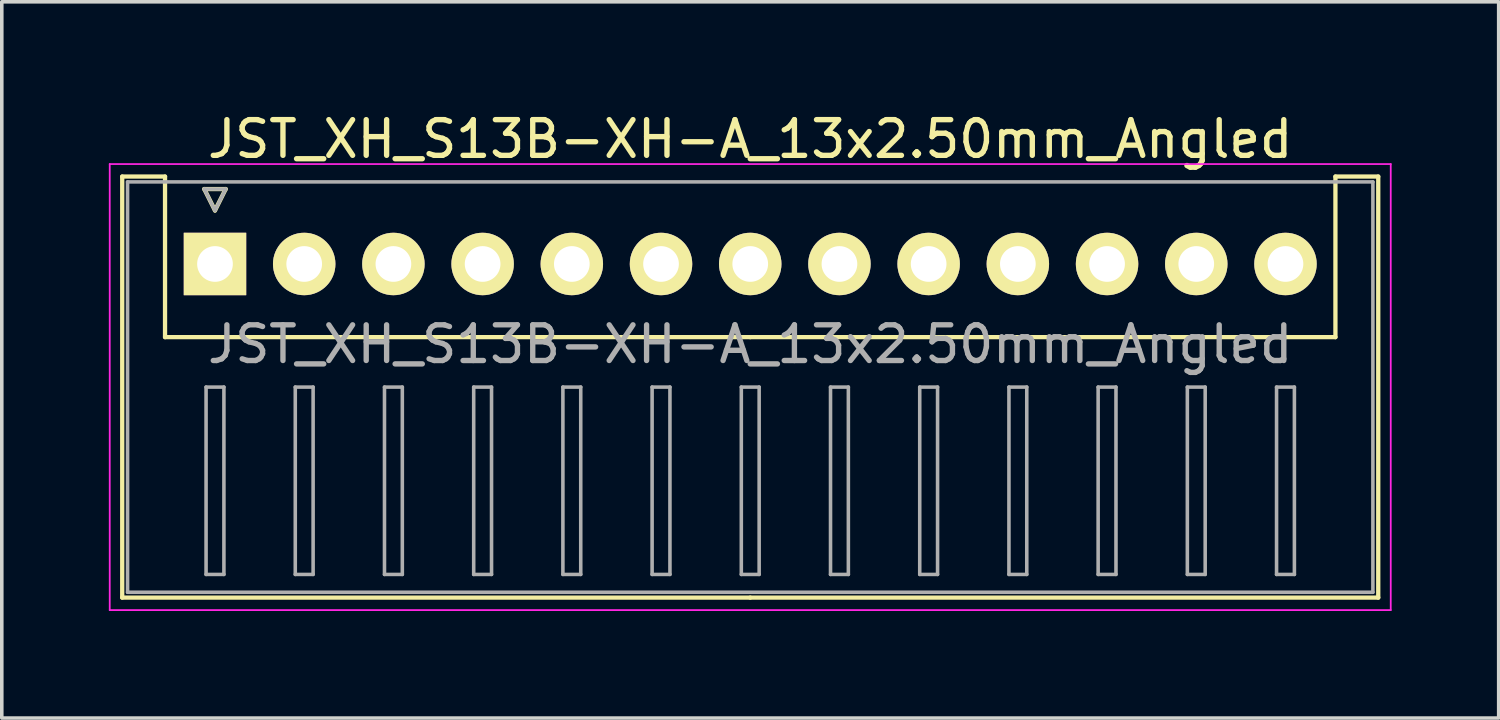
<source format=kicad_pcb>
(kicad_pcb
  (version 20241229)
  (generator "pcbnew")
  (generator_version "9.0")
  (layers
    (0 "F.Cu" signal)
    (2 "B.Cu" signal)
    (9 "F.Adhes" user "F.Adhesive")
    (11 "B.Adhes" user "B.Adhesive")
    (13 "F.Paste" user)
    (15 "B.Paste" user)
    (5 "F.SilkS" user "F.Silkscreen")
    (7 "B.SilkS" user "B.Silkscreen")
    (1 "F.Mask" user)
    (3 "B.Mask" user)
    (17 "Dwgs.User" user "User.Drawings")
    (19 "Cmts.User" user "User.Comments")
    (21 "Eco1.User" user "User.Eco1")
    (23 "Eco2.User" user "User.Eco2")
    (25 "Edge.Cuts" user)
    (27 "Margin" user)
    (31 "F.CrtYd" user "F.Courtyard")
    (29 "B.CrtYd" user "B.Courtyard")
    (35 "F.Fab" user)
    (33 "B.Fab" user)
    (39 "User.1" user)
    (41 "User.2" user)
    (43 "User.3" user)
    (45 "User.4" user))
  (footprint "JST_XH_S13B-XH-A_13x2.50mm_Angled"
    (layer "F.Cu")
    (at 2.975 4.348)
    (property "Reference" "JST_XH_S13B-XH-A_13x2.50mm_Angled" (at 15 -3.5 0) (layer "F.SilkS") (effects (font (size 1 1) (thickness 0.15))))
    (attr through_hole)
    (fp_line (start -2.6 -2.45) (end -1.4 -2.45) (stroke (width 0.12) (type solid)) (layer "F.SilkS"))
    (fp_line (start -2.6 9.35) (end -2.6 -2.45) (stroke (width 0.12) (type solid)) (layer "F.SilkS"))
    (fp_line (start -1.4 -2.45) (end -1.4 2.05) (stroke (width 0.12) (type solid)) (layer "F.SilkS"))
    (fp_line (start -1.4 2.05) (end 15 2.05) (stroke (width 0.12) (type solid)) (layer "F.SilkS"))
    (fp_line (start -0.3 -2.1) (end 0.3 -2.1) (stroke (width 0.12) (type solid)) (layer "F.SilkS"))
    (fp_line (start 0 -1.5) (end -0.3 -2.1) (stroke (width 0.12) (type solid)) (layer "F.SilkS"))
    (fp_line (start 0.3 -2.1) (end 0 -1.5) (stroke (width 0.12) (type solid)) (layer "F.SilkS"))
    (fp_line (start 15 9.35) (end -2.6 9.35) (stroke (width 0.12) (type solid)) (layer "F.SilkS"))
    (fp_line (start 15 9.35) (end 32.6 9.35) (stroke (width 0.12) (type solid)) (layer "F.SilkS"))
    (fp_line (start 31.4 -2.45) (end 31.4 2.05) (stroke (width 0.12) (type solid)) (layer "F.SilkS"))
    (fp_line (start 31.4 2.05) (end 15 2.05) (stroke (width 0.12) (type solid)) (layer "F.SilkS"))
    (fp_line (start 32.6 -2.45) (end 31.4 -2.45) (stroke (width 0.12) (type solid)) (layer "F.SilkS"))
    (fp_line (start 32.6 9.35) (end 32.6 -2.45) (stroke (width 0.12) (type solid)) (layer "F.SilkS"))
    (fp_line (start -2.95 -2.8) (end -2.95 9.7) (stroke (width 0.05) (type solid)) (layer "F.CrtYd"))
    (fp_line (start -2.95 9.7) (end 32.95 9.7) (stroke (width 0.05) (type solid)) (layer "F.CrtYd"))
    (fp_line (start 32.95 -2.8) (end -2.95 -2.8) (stroke (width 0.05) (type solid)) (layer "F.CrtYd"))
    (fp_line (start 32.95 9.7) (end 32.95 -2.8) (stroke (width 0.05) (type solid)) (layer "F.CrtYd"))
    (fp_line (start -2.45 -2.3) (end -2.45 9.2) (stroke (width 0.1) (type solid)) (layer "F.Fab"))
    (fp_line (start -2.45 9.2) (end 32.45 9.2) (stroke (width 0.1) (type solid)) (layer "F.Fab"))
    (fp_line (start -0.3 -2.1) (end 0.3 -2.1) (stroke (width 0.1) (type solid)) (layer "F.Fab"))
    (fp_line (start -0.25 3.45) (end -0.25 8.7) (stroke (width 0.1) (type solid)) (layer "F.Fab"))
    (fp_line (start -0.25 8.7) (end 0.25 8.7) (stroke (width 0.1) (type solid)) (layer "F.Fab"))
    (fp_line (start 0 -1.5) (end -0.3 -2.1) (stroke (width 0.1) (type solid)) (layer "F.Fab"))
    (fp_line (start 0.25 3.45) (end -0.25 3.45) (stroke (width 0.1) (type solid)) (layer "F.Fab"))
    (fp_line (start 0.25 8.7) (end 0.25 3.45) (stroke (width 0.1) (type solid)) (layer "F.Fab"))
    (fp_line (start 0.3 -2.1) (end 0 -1.5) (stroke (width 0.1) (type solid)) (layer "F.Fab"))
    (fp_line (start 2.25 3.45) (end 2.25 8.7) (stroke (width 0.1) (type solid)) (layer "F.Fab"))
    (fp_line (start 2.25 8.7) (end 2.75 8.7) (stroke (width 0.1) (type solid)) (layer "F.Fab"))
    (fp_line (start 2.75 3.45) (end 2.25 3.45) (stroke (width 0.1) (type solid)) (layer "F.Fab"))
    (fp_line (start 2.75 8.7) (end 2.75 3.45) (stroke (width 0.1) (type solid)) (layer "F.Fab"))
    (fp_line (start 4.75 3.45) (end 4.75 8.7) (stroke (width 0.1) (type solid)) (layer "F.Fab"))
    (fp_line (start 4.75 8.7) (end 5.25 8.7) (stroke (width 0.1) (type solid)) (layer "F.Fab"))
    (fp_line (start 5.25 3.45) (end 4.75 3.45) (stroke (width 0.1) (type solid)) (layer "F.Fab"))
    (fp_line (start 5.25 8.7) (end 5.25 3.45) (stroke (width 0.1) (type solid)) (layer "F.Fab"))
    (fp_line (start 7.25 3.45) (end 7.25 8.7) (stroke (width 0.1) (type solid)) (layer "F.Fab"))
    (fp_line (start 7.25 8.7) (end 7.75 8.7) (stroke (width 0.1) (type solid)) (layer "F.Fab"))
    (fp_line (start 7.75 3.45) (end 7.25 3.45) (stroke (width 0.1) (type solid)) (layer "F.Fab"))
    (fp_line (start 7.75 8.7) (end 7.75 3.45) (stroke (width 0.1) (type solid)) (layer "F.Fab"))
    (fp_line (start 9.75 3.45) (end 9.75 8.7) (stroke (width 0.1) (type solid)) (layer "F.Fab"))
    (fp_line (start 9.75 8.7) (end 10.25 8.7) (stroke (width 0.1) (type solid)) (layer "F.Fab"))
    (fp_line (start 10.25 3.45) (end 9.75 3.45) (stroke (width 0.1) (type solid)) (layer "F.Fab"))
    (fp_line (start 10.25 8.7) (end 10.25 3.45) (stroke (width 0.1) (type solid)) (layer "F.Fab"))
    (fp_line (start 12.25 3.45) (end 12.25 8.7) (stroke (width 0.1) (type solid)) (layer "F.Fab"))
    (fp_line (start 12.25 8.7) (end 12.75 8.7) (stroke (width 0.1) (type solid)) (layer "F.Fab"))
    (fp_line (start 12.75 3.45) (end 12.25 3.45) (stroke (width 0.1) (type solid)) (layer "F.Fab"))
    (fp_line (start 12.75 8.7) (end 12.75 3.45) (stroke (width 0.1) (type solid)) (layer "F.Fab"))
    (fp_line (start 14.75 3.45) (end 14.75 8.7) (stroke (width 0.1) (type solid)) (layer "F.Fab"))
    (fp_line (start 14.75 8.7) (end 15.25 8.7) (stroke (width 0.1) (type solid)) (layer "F.Fab"))
    (fp_line (start 15.25 3.45) (end 14.75 3.45) (stroke (width 0.1) (type solid)) (layer "F.Fab"))
    (fp_line (start 15.25 8.7) (end 15.25 3.45) (stroke (width 0.1) (type solid)) (layer "F.Fab"))
    (fp_line (start 17.25 3.45) (end 17.25 8.7) (stroke (width 0.1) (type solid)) (layer "F.Fab"))
    (fp_line (start 17.25 8.7) (end 17.75 8.7) (stroke (width 0.1) (type solid)) (layer "F.Fab"))
    (fp_line (start 17.75 3.45) (end 17.25 3.45) (stroke (width 0.1) (type solid)) (layer "F.Fab"))
    (fp_line (start 17.75 8.7) (end 17.75 3.45) (stroke (width 0.1) (type solid)) (layer "F.Fab"))
    (fp_line (start 19.75 3.45) (end 19.75 8.7) (stroke (width 0.1) (type solid)) (layer "F.Fab"))
    (fp_line (start 19.75 8.7) (end 20.25 8.7) (stroke (width 0.1) (type solid)) (layer "F.Fab"))
    (fp_line (start 20.25 3.45) (end 19.75 3.45) (stroke (width 0.1) (type solid)) (layer "F.Fab"))
    (fp_line (start 20.25 8.7) (end 20.25 3.45) (stroke (width 0.1) (type solid)) (layer "F.Fab"))
    (fp_line (start 22.25 3.45) (end 22.25 8.7) (stroke (width 0.1) (type solid)) (layer "F.Fab"))
    (fp_line (start 22.25 8.7) (end 22.75 8.7) (stroke (width 0.1) (type solid)) (layer "F.Fab"))
    (fp_line (start 22.75 3.45) (end 22.25 3.45) (stroke (width 0.1) (type solid)) (layer "F.Fab"))
    (fp_line (start 22.75 8.7) (end 22.75 3.45) (stroke (width 0.1) (type solid)) (layer "F.Fab"))
    (fp_line (start 24.75 3.45) (end 24.75 8.7) (stroke (width 0.1) (type solid)) (layer "F.Fab"))
    (fp_line (start 24.75 8.7) (end 25.25 8.7) (stroke (width 0.1) (type solid)) (layer "F.Fab"))
    (fp_line (start 25.25 3.45) (end 24.75 3.45) (stroke (width 0.1) (type solid)) (layer "F.Fab"))
    (fp_line (start 25.25 8.7) (end 25.25 3.45) (stroke (width 0.1) (type solid)) (layer "F.Fab"))
    (fp_line (start 27.25 3.45) (end 27.25 8.7) (stroke (width 0.1) (type solid)) (layer "F.Fab"))
    (fp_line (start 27.25 8.7) (end 27.75 8.7) (stroke (width 0.1) (type solid)) (layer "F.Fab"))
    (fp_line (start 27.75 3.45) (end 27.25 3.45) (stroke (width 0.1) (type solid)) (layer "F.Fab"))
    (fp_line (start 27.75 8.7) (end 27.75 3.45) (stroke (width 0.1) (type solid)) (layer "F.Fab"))
    (fp_line (start 29.75 3.45) (end 29.75 8.7) (stroke (width 0.1) (type solid)) (layer "F.Fab"))
    (fp_line (start 29.75 8.7) (end 30.25 8.7) (stroke (width 0.1) (type solid)) (layer "F.Fab"))
    (fp_line (start 30.25 3.45) (end 29.75 3.45) (stroke (width 0.1) (type solid)) (layer "F.Fab"))
    (fp_line (start 30.25 8.7) (end 30.25 3.45) (stroke (width 0.1) (type solid)) (layer "F.Fab"))
    (fp_line (start 32.45 -2.3) (end -2.45 -2.3) (stroke (width 0.1) (type solid)) (layer "F.Fab"))
    (fp_line (start 32.45 9.2) (end 32.45 -2.3) (stroke (width 0.1) (type solid)) (layer "F.Fab"))
    (fp_text user "${REFERENCE}" (at 15 2.25 0) (layer "F.Fab") (effects (font (size 1 1) (thickness 0.15))))
    (pad "1" thru_hole rect (at 0 0) (size 1.75 1.75) (drill 1) (layers "*.Cu" "*.Mask" "F.SilkS"))
    (pad "2" thru_hole circle (at 2.5 0) (size 1.75 1.75) (drill 1) (layers "*.Cu" "*.Mask" "F.SilkS"))
    (pad "3" thru_hole circle (at 5 0) (size 1.75 1.75) (drill 1) (layers "*.Cu" "*.Mask" "F.SilkS"))
    (pad "4" thru_hole circle (at 7.5 0) (size 1.75 1.75) (drill 1) (layers "*.Cu" "*.Mask" "F.SilkS"))
    (pad "5" thru_hole circle (at 10 0) (size 1.75 1.75) (drill 1) (layers "*.Cu" "*.Mask" "F.SilkS"))
    (pad "6" thru_hole circle (at 12.5 0) (size 1.75 1.75) (drill 1) (layers "*.Cu" "*.Mask" "F.SilkS"))
    (pad "7" thru_hole circle (at 15 0) (size 1.75 1.75) (drill 1) (layers "*.Cu" "*.Mask" "F.SilkS"))
    (pad "8" thru_hole circle (at 17.5 0) (size 1.75 1.75) (drill 1) (layers "*.Cu" "*.Mask" "F.SilkS"))
    (pad "9" thru_hole circle (at 20 0) (size 1.75 1.75) (drill 1) (layers "*.Cu" "*.Mask" "F.SilkS"))
    (pad "10" thru_hole circle (at 22.5 0) (size 1.75 1.75) (drill 1) (layers "*.Cu" "*.Mask" "F.SilkS"))
    (pad "11" thru_hole circle (at 25 0) (size 1.75 1.75) (drill 1) (layers "*.Cu" "*.Mask" "F.SilkS"))
    (pad "12" thru_hole circle (at 27.5 0) (size 1.75 1.75) (drill 1) (layers "*.Cu" "*.Mask" "F.SilkS"))
    (pad "13" thru_hole circle (at 30 0) (size 1.75 1.75) (drill 1) (layers "*.Cu" "*.Mask" "F.SilkS")))
  (gr_rect
    (start -3 -3)
    (end 38.95 17.073)
    (stroke (width 0.1) (type default))
    (fill no)
    (layer "Edge.Cuts")))
</source>
